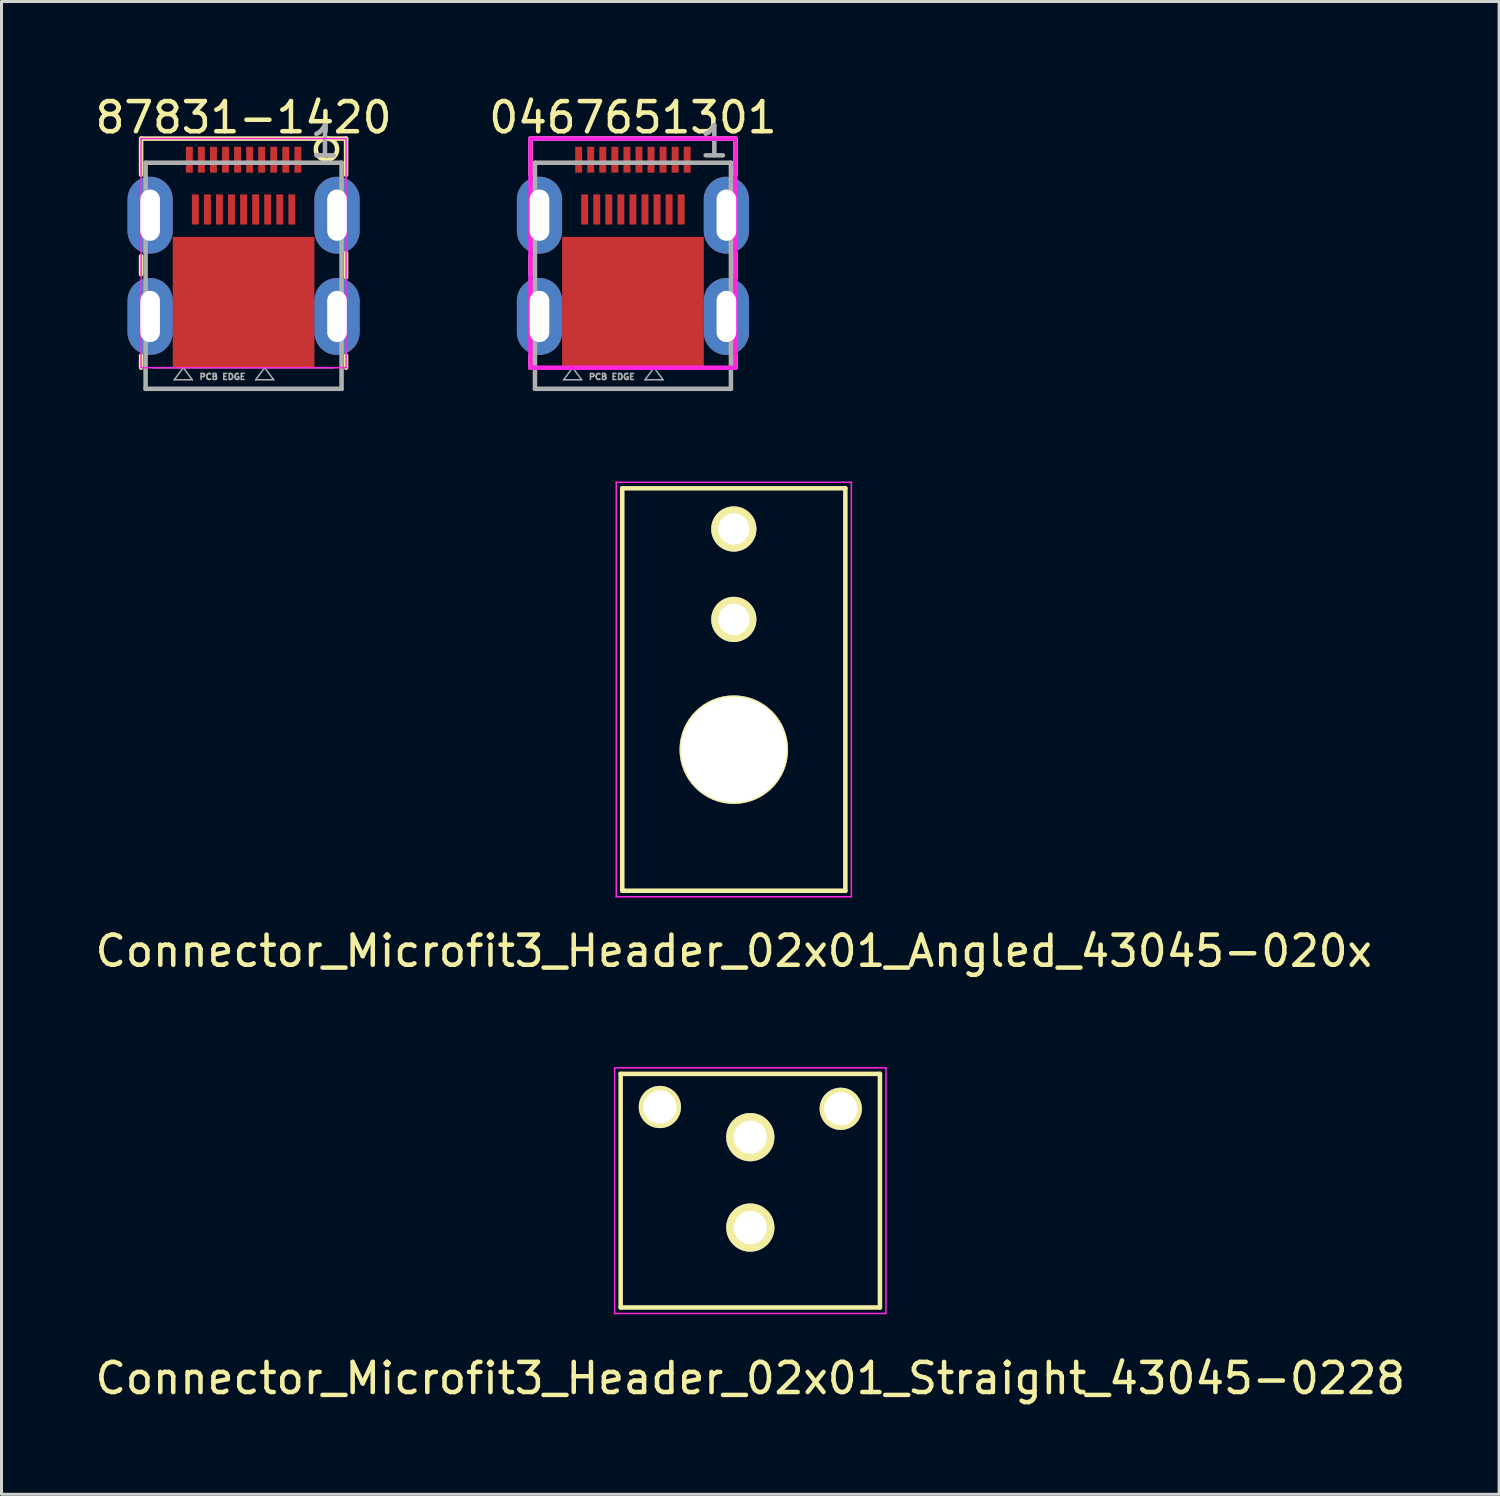
<source format=kicad_pcb>
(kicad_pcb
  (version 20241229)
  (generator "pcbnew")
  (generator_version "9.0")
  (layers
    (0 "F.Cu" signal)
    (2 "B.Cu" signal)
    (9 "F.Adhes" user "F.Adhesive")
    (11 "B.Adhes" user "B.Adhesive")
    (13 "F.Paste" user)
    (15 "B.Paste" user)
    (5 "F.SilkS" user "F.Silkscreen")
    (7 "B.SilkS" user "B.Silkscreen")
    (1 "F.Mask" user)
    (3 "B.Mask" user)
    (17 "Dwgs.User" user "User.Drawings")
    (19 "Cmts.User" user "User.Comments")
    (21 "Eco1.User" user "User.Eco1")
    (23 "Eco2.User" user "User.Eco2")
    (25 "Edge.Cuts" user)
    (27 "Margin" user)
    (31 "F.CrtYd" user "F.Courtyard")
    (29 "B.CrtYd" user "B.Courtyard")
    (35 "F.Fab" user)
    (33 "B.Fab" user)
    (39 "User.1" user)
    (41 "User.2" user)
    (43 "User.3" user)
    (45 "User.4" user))
  (footprint "0467651301"
    (layer "F.Cu")
    (at 17.946 9.148)
    (property "Reference" "0467651301" (at 0 -8.3 0) (layer "F.SilkS") (effects (font (size 1 1) (thickness 0.15))))
    (attr through_hole)
    (fp_line (start -3.4 -7.6) (end 3.4 -7.6) (stroke (width 0.15) (type solid)) (layer "F.SilkS"))
    (fp_line (start -3.4 -6.4) (end -3.4 -7.6) (stroke (width 0.15) (type solid)) (layer "F.SilkS"))
    (fp_line (start -3.4 -3.1) (end -3.4 -3.7) (stroke (width 0.15) (type solid)) (layer "F.SilkS"))
    (fp_line (start -3.4 0) (end -3.4 -0.4) (stroke (width 0.15) (type solid)) (layer "F.SilkS"))
    (fp_line (start 3.4 -7.6) (end 3.4 -6.4) (stroke (width 0.15) (type solid)) (layer "F.SilkS"))
    (fp_line (start 3.4 -3.8) (end 3.4 -3) (stroke (width 0.15) (type solid)) (layer "F.SilkS"))
    (fp_line (start 3.4 -0.4) (end 3.4 0) (stroke (width 0.15) (type solid)) (layer "F.SilkS"))
    (fp_line (start -3.4 -7.6) (end -3.4 0) (stroke (width 0.15) (type solid)) (layer "F.CrtYd"))
    (fp_line (start -3.4 0) (end 3.4 0) (stroke (width 0.15) (type solid)) (layer "F.CrtYd"))
    (fp_line (start 3.4 -7.6) (end -3.4 -7.6) (stroke (width 0.15) (type solid)) (layer "F.CrtYd"))
    (fp_line (start 3.4 0) (end 3.4 -7.6) (stroke (width 0.15) (type solid)) (layer "F.CrtYd"))
    (fp_line (start -3.25 -6.8) (end 3.25 -6.8) (stroke (width 0.15) (type solid)) (layer "F.Fab"))
    (fp_line (start -3.25 0.7) (end -3.25 -6.8) (stroke (width 0.15) (type solid)) (layer "F.Fab"))
    (fp_line (start -3.2 -5.7) (end -2.9 -5.7) (stroke (width 0.15) (type solid)) (layer "F.Fab"))
    (fp_line (start -3.2 -2.3) (end -2.9 -2.3) (stroke (width 0.15) (type solid)) (layer "F.Fab"))
    (fp_line (start -3 0) (end 3 0) (stroke (width 0.05) (type solid)) (layer "F.Fab"))
    (fp_line (start -2.9 -5.7) (end -2.9 -4.5) (stroke (width 0.15) (type solid)) (layer "F.Fab"))
    (fp_line (start -2.9 -4.5) (end -3.2 -4.5) (stroke (width 0.15) (type solid)) (layer "F.Fab"))
    (fp_line (start -2.9 -2.3) (end -2.9 -1.1) (stroke (width 0.15) (type solid)) (layer "F.Fab"))
    (fp_line (start -2.9 -1.1) (end -3.2 -1.1) (stroke (width 0.15) (type solid)) (layer "F.Fab"))
    (fp_line (start -2.3 0.4) (end -1.7 0.4) (stroke (width 0.05) (type solid)) (layer "F.Fab"))
    (fp_line (start -2 0) (end -2.3 0.4) (stroke (width 0.05) (type solid)) (layer "F.Fab"))
    (fp_line (start -1.7 0.4) (end -2 0) (stroke (width 0.05) (type solid)) (layer "F.Fab"))
    (fp_line (start 0.4 0.4) (end 0.7 0) (stroke (width 0.05) (type solid)) (layer "F.Fab"))
    (fp_line (start 0.4 0.4) (end 1 0.4) (stroke (width 0.05) (type solid)) (layer "F.Fab"))
    (fp_line (start 0.7 0) (end 1 0.4) (stroke (width 0.05) (type solid)) (layer "F.Fab"))
    (fp_line (start 2.9 -5.7) (end 2.9 -4.4) (stroke (width 0.15) (type solid)) (layer "F.Fab"))
    (fp_line (start 2.9 -4.4) (end 3.2 -4.4) (stroke (width 0.15) (type solid)) (layer "F.Fab"))
    (fp_line (start 2.9 -2.3) (end 2.9 -1.1) (stroke (width 0.15) (type solid)) (layer "F.Fab"))
    (fp_line (start 2.9 -1.1) (end 3.2 -1.1) (stroke (width 0.15) (type solid)) (layer "F.Fab"))
    (fp_line (start 3.2 -5.7) (end 2.9 -5.7) (stroke (width 0.15) (type solid)) (layer "F.Fab"))
    (fp_line (start 3.2 -2.3) (end 2.9 -2.3) (stroke (width 0.15) (type solid)) (layer "F.Fab"))
    (fp_line (start 3.25 -6.8) (end 3.25 0.7) (stroke (width 0.15) (type solid)) (layer "F.Fab"))
    (fp_line (start 3.25 0.7) (end -3.25 0.7) (stroke (width 0.15) (type solid)) (layer "F.Fab"))
    (fp_text user "1" (at 2.7 -7.5 0) (layer "F.Fab") (effects (font (size 1 1) (thickness 0.15))))
    (fp_text user "PCB EDGE" (at -0.7 0.3 0) (layer "F.Fab") (effects (font (size 0.2 0.2) (thickness 0.05))))
    (pad "" thru_hole oval (at -3.1 -5.06) (size 1.5 2.55) (drill oval 0.65 1.7) (layers "*.Cu" "*.Mask"))
    (pad "" thru_hole oval (at -3.1 -1.7) (size 1.5 2.55) (drill oval 0.65 1.7) (layers "*.Cu" "*.Mask"))
    (pad "" smd rect (at 0 -2.17) (size 4.7 4.34) (layers "F.Cu" "F.Mask" "F.Paste"))
    (pad "" thru_hole oval (at 3.1 -5.06) (size 1.5 2.55) (drill oval 0.65 1.7) (layers "*.Cu" "*.Mask"))
    (pad "" thru_hole oval (at 3.1 -1.7) (size 1.5 2.55) (drill oval 0.65 1.7) (layers "*.Cu" "*.Mask"))
    (pad "1" smd rect (at 1.8 -6.9) (size 0.23 0.86) (layers "F.Cu" "F.Mask" "F.Paste"))
    (pad "2" smd rect (at 1.6 -5.25) (size 0.23 1) (layers "F.Cu" "F.Mask" "F.Paste"))
    (pad "3" smd rect (at 1.4 -6.9) (size 0.23 0.86) (layers "F.Cu" "F.Mask" "F.Paste"))
    (pad "4" smd rect (at 1.2 -5.25) (size 0.23 1) (layers "F.Cu" "F.Mask" "F.Paste"))
    (pad "5" smd rect (at 1 -6.9) (size 0.23 0.86) (layers "F.Cu" "F.Mask" "F.Paste"))
    (pad "6" smd rect (at 0.8 -5.25) (size 0.23 1) (layers "F.Cu" "F.Mask" "F.Paste"))
    (pad "7" smd rect (at 0.6 -6.9) (size 0.23 0.86) (layers "F.Cu" "F.Mask" "F.Paste"))
    (pad "8" smd rect (at 0.4 -5.25) (size 0.23 1) (layers "F.Cu" "F.Mask" "F.Paste"))
    (pad "9" smd rect (at 0.2 -6.9) (size 0.23 0.86) (layers "F.Cu" "F.Mask" "F.Paste"))
    (pad "10" smd rect (at 0 -5.25) (size 0.23 1) (layers "F.Cu" "F.Mask" "F.Paste"))
    (pad "11" smd rect (at -0.2 -6.9) (size 0.23 0.86) (layers "F.Cu" "F.Mask" "F.Paste"))
    (pad "12" smd rect (at -0.4 -5.25) (size 0.23 1) (layers "F.Cu" "F.Mask" "F.Paste"))
    (pad "13" smd rect (at -0.6 -6.9) (size 0.23 0.86) (layers "F.Cu" "F.Mask" "F.Paste"))
    (pad "14" smd rect (at -0.8 -5.25) (size 0.23 1) (layers "F.Cu" "F.Mask" "F.Paste"))
    (pad "15" smd rect (at -1 -6.9) (size 0.23 0.86) (layers "F.Cu" "F.Mask" "F.Paste"))
    (pad "16" smd rect (at -1.2 -5.25) (size 0.23 1) (layers "F.Cu" "F.Mask" "F.Paste"))
    (pad "17" smd rect (at -1.4 -6.9) (size 0.23 0.86) (layers "F.Cu" "F.Mask" "F.Paste"))
    (pad "18" smd rect (at -1.6 -5.25) (size 0.23 1) (layers "F.Cu" "F.Mask" "F.Paste"))
    (pad "19" smd rect (at -1.8 -6.9) (size 0.23 0.86) (layers "F.Cu" "F.Mask" "F.Paste")))
  (footprint "Connector_Microfit3_Header_02x01_Straight_43045-0228"
    (layer "F.Cu")
    (at 21.839 37.672)
    (property "Reference" "Connector_Microfit3_Header_02x01_Straight_43045-0228" (at 0 5 0) (layer "F.SilkS") (effects (font (size 1 1) (thickness 0.15))))
    (attr through_hole)
    (fp_line (start -4.3 2.65) (end -4.3 -5.1) (stroke (width 0.15) (type solid)) (layer "F.SilkS"))
    (fp_line (start 4.3 -5.1) (end -4.3 -5.1) (stroke (width 0.15) (type solid)) (layer "F.SilkS"))
    (fp_line (start 4.3 2.65) (end -4.3 2.65) (stroke (width 0.15) (type solid)) (layer "F.SilkS"))
    (fp_line (start 4.3 2.65) (end 4.3 -5.1) (stroke (width 0.15) (type solid)) (layer "F.SilkS"))
    (fp_line (start -4.5 2.85) (end -4.5 -5.3) (stroke (width 0.05) (type solid)) (layer "F.CrtYd"))
    (fp_line (start 4.5 -5.3) (end -4.5 -5.3) (stroke (width 0.05) (type solid)) (layer "F.CrtYd"))
    (fp_line (start 4.5 2.85) (end -4.5 2.85) (stroke (width 0.05) (type solid)) (layer "F.CrtYd"))
    (fp_line (start 4.5 2.85) (end 4.5 -5.3) (stroke (width 0.05) (type solid)) (layer "F.CrtYd"))
    (pad "" thru_hole circle (at -3 -4) (size 1.4 1.4) (drill 1.1) (layers "*.Cu" "*.Mask" "F.SilkS"))
    (pad "" thru_hole circle (at 3 -3.94) (size 1.4 1.4) (drill 1.1) (layers "*.Cu" "*.Mask" "F.SilkS"))
    (pad "1" thru_hole circle (at 0 0) (size 1.6 1.6) (drill 1.1) (layers "*.Cu" "*.Mask" "F.SilkS"))
    (pad "2" thru_hole circle (at 0 -3) (size 1.6 1.6) (drill 1.1) (layers "*.Cu" "*.Mask" "F.SilkS")))
  (footprint "Connector_Microfit3_Header_02x01_Angled_43045-020x"
    (layer "F.Cu")
    (at 21.292 17.498)
    (property "Reference" "Connector_Microfit3_Header_02x01_Angled_43045-020x" (at 0 11 0) (layer "F.SilkS") (effects (font (size 1 1) (thickness 0.15))))
    (attr through_hole)
    (fp_line (start -3.7 -4.35) (end 3.7 -4.35) (stroke (width 0.15) (type solid)) (layer "F.SilkS"))
    (fp_line (start -3.7 9) (end -3.7 -4.35) (stroke (width 0.15) (type solid)) (layer "F.SilkS"))
    (fp_line (start 3.7 -4.35) (end 3.7 9) (stroke (width 0.15) (type solid)) (layer "F.SilkS"))
    (fp_line (start 3.7 9) (end -3.7 9) (stroke (width 0.15) (type solid)) (layer "F.SilkS"))
    (fp_line (start -3.9 -4.55) (end -3.9 9.2) (stroke (width 0.05) (type solid)) (layer "F.CrtYd"))
    (fp_line (start -3.9 9.2) (end 3.9 9.2) (stroke (width 0.05) (type solid)) (layer "F.CrtYd"))
    (fp_line (start 3.9 -4.55) (end -3.9 -4.55) (stroke (width 0.05) (type solid)) (layer "F.CrtYd"))
    (fp_line (start 3.9 9.2) (end 3.9 -4.55) (stroke (width 0.05) (type solid)) (layer "F.CrtYd"))
    (pad "" thru_hole circle (at 0 4.32) (size 3.6 3.6) (drill 3.5) (layers "*.Cu" "*.Mask" "F.SilkS"))
    (pad "1" thru_hole circle (at 0 0) (size 1.5 1.5) (drill 1.04) (layers "*.Cu" "*.Mask" "F.SilkS"))
    (pad "2" thru_hole circle (at 0 -3) (size 1.5 1.5) (drill 1.04) (layers "*.Cu" "*.Mask" "F.SilkS")))
  (footprint "87831-1420"
    (layer "F.Cu")
    (at 5.03 9.148)
    (property "Reference" "87831-1420" (at 0 -8.3 0) (layer "F.SilkS") (effects (font (size 1 1) (thickness 0.15))))
    (attr through_hole)
    (fp_line (start -3.4 -7.6) (end 3.4 -7.6) (stroke (width 0.15) (type solid)) (layer "F.SilkS"))
    (fp_line (start -3.4 -6.4) (end -3.4 -7.6) (stroke (width 0.15) (type solid)) (layer "F.SilkS"))
    (fp_line (start -3.4 -3.1) (end -3.4 -3.7) (stroke (width 0.15) (type solid)) (layer "F.SilkS"))
    (fp_line (start -3.4 0) (end -3.4 -0.4) (stroke (width 0.15) (type solid)) (layer "F.SilkS"))
    (fp_line (start 3.4 -7.6) (end 3.4 -6.4) (stroke (width 0.15) (type solid)) (layer "F.SilkS"))
    (fp_line (start 3.4 -3.8) (end 3.4 -3) (stroke (width 0.15) (type solid)) (layer "F.SilkS"))
    (fp_line (start 3.4 -0.4) (end 3.4 0) (stroke (width 0.15) (type solid)) (layer "F.SilkS"))
    (fp_circle (center 2.75 -7.25) (end 3 -7) (stroke (width 0.15) (type solid)) (fill no) (layer "F.SilkS"))
    (fp_line (start -3.4 -7.6) (end -3.4 0) (stroke (width 0.05) (type solid)) (layer "F.CrtYd"))
    (fp_line (start -3.4 0) (end 3.4 0) (stroke (width 0.05) (type solid)) (layer "F.CrtYd"))
    (fp_line (start 3.4 -7.6) (end -3.4 -7.6) (stroke (width 0.05) (type solid)) (layer "F.CrtYd"))
    (fp_line (start 3.4 0) (end 3.4 -7.6) (stroke (width 0.05) (type solid)) (layer "F.CrtYd"))
    (fp_line (start -3.25 -6.8) (end 3.25 -6.8) (stroke (width 0.15) (type solid)) (layer "F.Fab"))
    (fp_line (start -3.25 0.7) (end -3.25 -6.8) (stroke (width 0.15) (type solid)) (layer "F.Fab"))
    (fp_line (start -3.2 -5.7) (end -2.9 -5.7) (stroke (width 0.15) (type solid)) (layer "F.Fab"))
    (fp_line (start -3.2 -2.3) (end -2.9 -2.3) (stroke (width 0.15) (type solid)) (layer "F.Fab"))
    (fp_line (start -3 0) (end 3 0) (stroke (width 0.05) (type solid)) (layer "F.Fab"))
    (fp_line (start -2.9 -5.7) (end -2.9 -4.5) (stroke (width 0.15) (type solid)) (layer "F.Fab"))
    (fp_line (start -2.9 -4.5) (end -3.2 -4.5) (stroke (width 0.15) (type solid)) (layer "F.Fab"))
    (fp_line (start -2.9 -2.3) (end -2.9 -1.1) (stroke (width 0.15) (type solid)) (layer "F.Fab"))
    (fp_line (start -2.9 -1.1) (end -3.2 -1.1) (stroke (width 0.15) (type solid)) (layer "F.Fab"))
    (fp_line (start -2.3 0.4) (end -1.7 0.4) (stroke (width 0.05) (type solid)) (layer "F.Fab"))
    (fp_line (start -2 0) (end -2.3 0.4) (stroke (width 0.05) (type solid)) (layer "F.Fab"))
    (fp_line (start -1.7 0.4) (end -2 0) (stroke (width 0.05) (type solid)) (layer "F.Fab"))
    (fp_line (start 0.4 0.4) (end 0.7 0) (stroke (width 0.05) (type solid)) (layer "F.Fab"))
    (fp_line (start 0.4 0.4) (end 1 0.4) (stroke (width 0.05) (type solid)) (layer "F.Fab"))
    (fp_line (start 0.7 0) (end 1 0.4) (stroke (width 0.05) (type solid)) (layer "F.Fab"))
    (fp_line (start 2.9 -5.7) (end 2.9 -4.4) (stroke (width 0.15) (type solid)) (layer "F.Fab"))
    (fp_line (start 2.9 -4.4) (end 3.2 -4.4) (stroke (width 0.15) (type solid)) (layer "F.Fab"))
    (fp_line (start 2.9 -2.3) (end 2.9 -1.1) (stroke (width 0.15) (type solid)) (layer "F.Fab"))
    (fp_line (start 2.9 -1.1) (end 3.2 -1.1) (stroke (width 0.15) (type solid)) (layer "F.Fab"))
    (fp_line (start 3.2 -5.7) (end 2.9 -5.7) (stroke (width 0.15) (type solid)) (layer "F.Fab"))
    (fp_line (start 3.2 -2.3) (end 2.9 -2.3) (stroke (width 0.15) (type solid)) (layer "F.Fab"))
    (fp_line (start 3.25 -6.8) (end 3.25 0.7) (stroke (width 0.15) (type solid)) (layer "F.Fab"))
    (fp_line (start 3.25 0.7) (end -3.25 0.7) (stroke (width 0.15) (type solid)) (layer "F.Fab"))
    (fp_text user "1" (at 2.7 -7.5 0) (layer "F.Fab") (effects (font (size 1 1) (thickness 0.15))))
    (fp_text user "PCB EDGE" (at -0.7 0.3 0) (layer "F.Fab") (effects (font (size 0.2 0.2) (thickness 0.05))))
    (pad "" thru_hole oval (at -3.1 -5.06) (size 1.5 2.55) (drill oval 0.65 1.7) (layers "*.Cu" "*.Mask"))
    (pad "" thru_hole oval (at -3.1 -1.7) (size 1.5 2.55) (drill oval 0.65 1.7) (layers "*.Cu" "*.Mask"))
    (pad "" smd rect (at 0 -2.17) (size 4.7 4.34) (layers "F.Cu" "F.Mask" "F.Paste"))
    (pad "" thru_hole oval (at 3.1 -5.06) (size 1.5 2.55) (drill oval 0.65 1.7) (layers "*.Cu" "*.Mask"))
    (pad "" thru_hole oval (at 3.1 -1.7) (size 1.5 2.55) (drill oval 0.65 1.7) (layers "*.Cu" "*.Mask"))
    (pad "1" smd rect (at 1.8 -6.9) (size 0.23 0.86) (layers "F.Cu" "F.Mask" "F.Paste"))
    (pad "2" smd rect (at 1.6 -5.25) (size 0.23 1) (layers "F.Cu" "F.Mask" "F.Paste"))
    (pad "3" smd rect (at 1.4 -6.9) (size 0.23 0.86) (layers "F.Cu" "F.Mask" "F.Paste"))
    (pad "4" smd rect (at 1.2 -5.25) (size 0.23 1) (layers "F.Cu" "F.Mask" "F.Paste"))
    (pad "5" smd rect (at 1 -6.9) (size 0.23 0.86) (layers "F.Cu" "F.Mask" "F.Paste"))
    (pad "6" smd rect (at 0.8 -5.25) (size 0.23 1) (layers "F.Cu" "F.Mask" "F.Paste"))
    (pad "7" smd rect (at 0.6 -6.9) (size 0.23 0.86) (layers "F.Cu" "F.Mask" "F.Paste"))
    (pad "8" smd rect (at 0.4 -5.25) (size 0.23 1) (layers "F.Cu" "F.Mask" "F.Paste"))
    (pad "9" smd rect (at 0.2 -6.9) (size 0.23 0.86) (layers "F.Cu" "F.Mask" "F.Paste"))
    (pad "10" smd rect (at 0 -5.25) (size 0.23 1) (layers "F.Cu" "F.Mask" "F.Paste"))
    (pad "11" smd rect (at -0.2 -6.9) (size 0.23 0.86) (layers "F.Cu" "F.Mask" "F.Paste"))
    (pad "12" smd rect (at -0.4 -5.25) (size 0.23 1) (layers "F.Cu" "F.Mask" "F.Paste"))
    (pad "13" smd rect (at -0.6 -6.9) (size 0.23 0.86) (layers "F.Cu" "F.Mask" "F.Paste"))
    (pad "14" smd rect (at -0.8 -5.25) (size 0.23 1) (layers "F.Cu" "F.Mask" "F.Paste"))
    (pad "15" smd rect (at -1 -6.9) (size 0.23 0.86) (layers "F.Cu" "F.Mask" "F.Paste"))
    (pad "16" smd rect (at -1.2 -5.25) (size 0.23 1) (layers "F.Cu" "F.Mask" "F.Paste"))
    (pad "17" smd rect (at -1.4 -6.9) (size 0.23 0.86) (layers "F.Cu" "F.Mask" "F.Paste"))
    (pad "18" smd rect (at -1.6 -5.25) (size 0.23 1) (layers "F.Cu" "F.Mask" "F.Paste"))
    (pad "19" smd rect (at -1.8 -6.9) (size 0.23 0.86) (layers "F.Cu" "F.Mask" "F.Paste")))
  (gr_rect
    (start -3 -3)
    (end 46.679 46.52)
    (stroke (width 0.1) (type default))
    (fill no)
    (layer "Edge.Cuts")))
</source>
